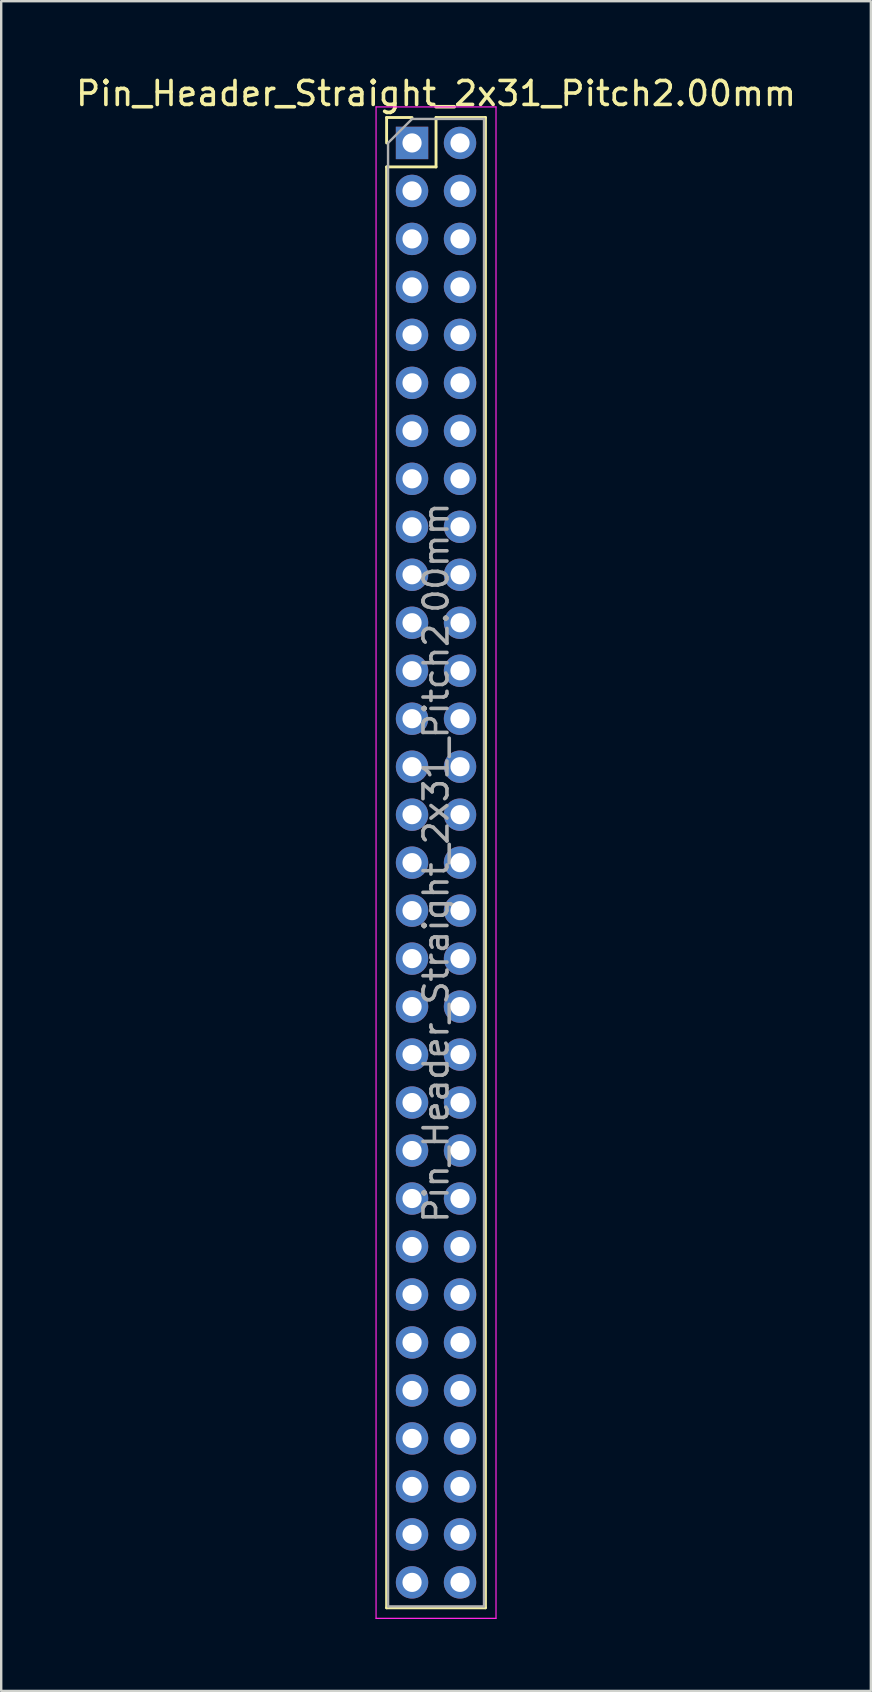
<source format=kicad_pcb>
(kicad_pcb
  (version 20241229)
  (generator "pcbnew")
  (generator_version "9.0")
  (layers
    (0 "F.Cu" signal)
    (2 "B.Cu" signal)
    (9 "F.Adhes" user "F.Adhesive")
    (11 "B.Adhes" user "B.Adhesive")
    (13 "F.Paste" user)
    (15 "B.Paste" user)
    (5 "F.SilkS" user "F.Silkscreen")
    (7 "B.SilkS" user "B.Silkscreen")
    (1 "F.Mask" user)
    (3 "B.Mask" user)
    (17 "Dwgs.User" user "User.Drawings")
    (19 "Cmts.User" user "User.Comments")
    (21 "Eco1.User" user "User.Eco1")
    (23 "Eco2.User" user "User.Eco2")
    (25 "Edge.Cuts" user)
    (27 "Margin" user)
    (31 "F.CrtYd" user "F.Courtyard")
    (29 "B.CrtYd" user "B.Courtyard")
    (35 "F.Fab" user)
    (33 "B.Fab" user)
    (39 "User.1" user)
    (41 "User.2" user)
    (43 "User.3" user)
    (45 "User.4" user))
  (footprint "Pin_Header_Straight_2x31_Pitch2.00mm"
    (layer "F.Cu")
    (at 14.125 2.908)
    (property "Reference" "Pin_Header_Straight_2x31_Pitch2.00mm" (at 1 -2.06 0) (layer "F.SilkS") (effects (font (size 1 1) (thickness 0.15))))
    (attr through_hole)
    (fp_line (start -1.06 -1.06) (end 0 -1.06) (stroke (width 0.12) (type solid)) (layer "F.SilkS"))
    (fp_line (start -1.06 0) (end -1.06 -1.06) (stroke (width 0.12) (type solid)) (layer "F.SilkS"))
    (fp_line (start -1.06 1) (end -1.06 61.06) (stroke (width 0.12) (type solid)) (layer "F.SilkS"))
    (fp_line (start -1.06 1) (end 1 1) (stroke (width 0.12) (type solid)) (layer "F.SilkS"))
    (fp_line (start -1.06 61.06) (end 3.06 61.06) (stroke (width 0.12) (type solid)) (layer "F.SilkS"))
    (fp_line (start 1 -1.06) (end 3.06 -1.06) (stroke (width 0.12) (type solid)) (layer "F.SilkS"))
    (fp_line (start 1 1) (end 1 -1.06) (stroke (width 0.12) (type solid)) (layer "F.SilkS"))
    (fp_line (start 3.06 -1.06) (end 3.06 61.06) (stroke (width 0.12) (type solid)) (layer "F.SilkS"))
    (fp_line (start -1.5 -1.5) (end -1.5 61.5) (stroke (width 0.05) (type solid)) (layer "F.CrtYd"))
    (fp_line (start -1.5 61.5) (end 3.5 61.5) (stroke (width 0.05) (type solid)) (layer "F.CrtYd"))
    (fp_line (start 3.5 -1.5) (end -1.5 -1.5) (stroke (width 0.05) (type solid)) (layer "F.CrtYd"))
    (fp_line (start 3.5 61.5) (end 3.5 -1.5) (stroke (width 0.05) (type solid)) (layer "F.CrtYd"))
    (fp_line (start -1 0) (end 0 -1) (stroke (width 0.1) (type solid)) (layer "F.Fab"))
    (fp_line (start -1 61) (end -1 0) (stroke (width 0.1) (type solid)) (layer "F.Fab"))
    (fp_line (start 0 -1) (end 3 -1) (stroke (width 0.1) (type solid)) (layer "F.Fab"))
    (fp_line (start 3 -1) (end 3 61) (stroke (width 0.1) (type solid)) (layer "F.Fab"))
    (fp_line (start 3 61) (end -1 61) (stroke (width 0.1) (type solid)) (layer "F.Fab"))
    (fp_text user "${REFERENCE}" (at 1 30 90) (layer "F.Fab") (effects (font (size 1 1) (thickness 0.15))))
    (pad "1" thru_hole rect (at 0 0) (size 1.35 1.35) (drill 0.8) (layers "*.Cu" "*.Mask"))
    (pad "2" thru_hole oval (at 2 0) (size 1.35 1.35) (drill 0.8) (layers "*.Cu" "*.Mask"))
    (pad "3" thru_hole oval (at 0 2) (size 1.35 1.35) (drill 0.8) (layers "*.Cu" "*.Mask"))
    (pad "4" thru_hole oval (at 2 2) (size 1.35 1.35) (drill 0.8) (layers "*.Cu" "*.Mask"))
    (pad "5" thru_hole oval (at 0 4) (size 1.35 1.35) (drill 0.8) (layers "*.Cu" "*.Mask"))
    (pad "6" thru_hole oval (at 2 4) (size 1.35 1.35) (drill 0.8) (layers "*.Cu" "*.Mask"))
    (pad "7" thru_hole oval (at 0 6) (size 1.35 1.35) (drill 0.8) (layers "*.Cu" "*.Mask"))
    (pad "8" thru_hole oval (at 2 6) (size 1.35 1.35) (drill 0.8) (layers "*.Cu" "*.Mask"))
    (pad "9" thru_hole oval (at 0 8) (size 1.35 1.35) (drill 0.8) (layers "*.Cu" "*.Mask"))
    (pad "10" thru_hole oval (at 2 8) (size 1.35 1.35) (drill 0.8) (layers "*.Cu" "*.Mask"))
    (pad "11" thru_hole oval (at 0 10) (size 1.35 1.35) (drill 0.8) (layers "*.Cu" "*.Mask"))
    (pad "12" thru_hole oval (at 2 10) (size 1.35 1.35) (drill 0.8) (layers "*.Cu" "*.Mask"))
    (pad "13" thru_hole oval (at 0 12) (size 1.35 1.35) (drill 0.8) (layers "*.Cu" "*.Mask"))
    (pad "14" thru_hole oval (at 2 12) (size 1.35 1.35) (drill 0.8) (layers "*.Cu" "*.Mask"))
    (pad "15" thru_hole oval (at 0 14) (size 1.35 1.35) (drill 0.8) (layers "*.Cu" "*.Mask"))
    (pad "16" thru_hole oval (at 2 14) (size 1.35 1.35) (drill 0.8) (layers "*.Cu" "*.Mask"))
    (pad "17" thru_hole oval (at 0 16) (size 1.35 1.35) (drill 0.8) (layers "*.Cu" "*.Mask"))
    (pad "18" thru_hole oval (at 2 16) (size 1.35 1.35) (drill 0.8) (layers "*.Cu" "*.Mask"))
    (pad "19" thru_hole oval (at 0 18) (size 1.35 1.35) (drill 0.8) (layers "*.Cu" "*.Mask"))
    (pad "20" thru_hole oval (at 2 18) (size 1.35 1.35) (drill 0.8) (layers "*.Cu" "*.Mask"))
    (pad "21" thru_hole oval (at 0 20) (size 1.35 1.35) (drill 0.8) (layers "*.Cu" "*.Mask"))
    (pad "22" thru_hole oval (at 2 20) (size 1.35 1.35) (drill 0.8) (layers "*.Cu" "*.Mask"))
    (pad "23" thru_hole oval (at 0 22) (size 1.35 1.35) (drill 0.8) (layers "*.Cu" "*.Mask"))
    (pad "24" thru_hole oval (at 2 22) (size 1.35 1.35) (drill 0.8) (layers "*.Cu" "*.Mask"))
    (pad "25" thru_hole oval (at 0 24) (size 1.35 1.35) (drill 0.8) (layers "*.Cu" "*.Mask"))
    (pad "26" thru_hole oval (at 2 24) (size 1.35 1.35) (drill 0.8) (layers "*.Cu" "*.Mask"))
    (pad "27" thru_hole oval (at 0 26) (size 1.35 1.35) (drill 0.8) (layers "*.Cu" "*.Mask"))
    (pad "28" thru_hole oval (at 2 26) (size 1.35 1.35) (drill 0.8) (layers "*.Cu" "*.Mask"))
    (pad "29" thru_hole oval (at 0 28) (size 1.35 1.35) (drill 0.8) (layers "*.Cu" "*.Mask"))
    (pad "30" thru_hole oval (at 2 28) (size 1.35 1.35) (drill 0.8) (layers "*.Cu" "*.Mask"))
    (pad "31" thru_hole oval (at 0 30) (size 1.35 1.35) (drill 0.8) (layers "*.Cu" "*.Mask"))
    (pad "32" thru_hole oval (at 2 30) (size 1.35 1.35) (drill 0.8) (layers "*.Cu" "*.Mask"))
    (pad "33" thru_hole oval (at 0 32) (size 1.35 1.35) (drill 0.8) (layers "*.Cu" "*.Mask"))
    (pad "34" thru_hole oval (at 2 32) (size 1.35 1.35) (drill 0.8) (layers "*.Cu" "*.Mask"))
    (pad "35" thru_hole oval (at 0 34) (size 1.35 1.35) (drill 0.8) (layers "*.Cu" "*.Mask"))
    (pad "36" thru_hole oval (at 2 34) (size 1.35 1.35) (drill 0.8) (layers "*.Cu" "*.Mask"))
    (pad "37" thru_hole oval (at 0 36) (size 1.35 1.35) (drill 0.8) (layers "*.Cu" "*.Mask"))
    (pad "38" thru_hole oval (at 2 36) (size 1.35 1.35) (drill 0.8) (layers "*.Cu" "*.Mask"))
    (pad "39" thru_hole oval (at 0 38) (size 1.35 1.35) (drill 0.8) (layers "*.Cu" "*.Mask"))
    (pad "40" thru_hole oval (at 2 38) (size 1.35 1.35) (drill 0.8) (layers "*.Cu" "*.Mask"))
    (pad "41" thru_hole oval (at 0 40) (size 1.35 1.35) (drill 0.8) (layers "*.Cu" "*.Mask"))
    (pad "42" thru_hole oval (at 2 40) (size 1.35 1.35) (drill 0.8) (layers "*.Cu" "*.Mask"))
    (pad "43" thru_hole oval (at 0 42) (size 1.35 1.35) (drill 0.8) (layers "*.Cu" "*.Mask"))
    (pad "44" thru_hole oval (at 2 42) (size 1.35 1.35) (drill 0.8) (layers "*.Cu" "*.Mask"))
    (pad "45" thru_hole oval (at 0 44) (size 1.35 1.35) (drill 0.8) (layers "*.Cu" "*.Mask"))
    (pad "46" thru_hole oval (at 2 44) (size 1.35 1.35) (drill 0.8) (layers "*.Cu" "*.Mask"))
    (pad "47" thru_hole oval (at 0 46) (size 1.35 1.35) (drill 0.8) (layers "*.Cu" "*.Mask"))
    (pad "48" thru_hole oval (at 2 46) (size 1.35 1.35) (drill 0.8) (layers "*.Cu" "*.Mask"))
    (pad "49" thru_hole oval (at 0 48) (size 1.35 1.35) (drill 0.8) (layers "*.Cu" "*.Mask"))
    (pad "50" thru_hole oval (at 2 48) (size 1.35 1.35) (drill 0.8) (layers "*.Cu" "*.Mask"))
    (pad "51" thru_hole oval (at 0 50) (size 1.35 1.35) (drill 0.8) (layers "*.Cu" "*.Mask"))
    (pad "52" thru_hole oval (at 2 50) (size 1.35 1.35) (drill 0.8) (layers "*.Cu" "*.Mask"))
    (pad "53" thru_hole oval (at 0 52) (size 1.35 1.35) (drill 0.8) (layers "*.Cu" "*.Mask"))
    (pad "54" thru_hole oval (at 2 52) (size 1.35 1.35) (drill 0.8) (layers "*.Cu" "*.Mask"))
    (pad "55" thru_hole oval (at 0 54) (size 1.35 1.35) (drill 0.8) (layers "*.Cu" "*.Mask"))
    (pad "56" thru_hole oval (at 2 54) (size 1.35 1.35) (drill 0.8) (layers "*.Cu" "*.Mask"))
    (pad "57" thru_hole oval (at 0 56) (size 1.35 1.35) (drill 0.8) (layers "*.Cu" "*.Mask"))
    (pad "58" thru_hole oval (at 2 56) (size 1.35 1.35) (drill 0.8) (layers "*.Cu" "*.Mask"))
    (pad "59" thru_hole oval (at 0 58) (size 1.35 1.35) (drill 0.8) (layers "*.Cu" "*.Mask"))
    (pad "60" thru_hole oval (at 2 58) (size 1.35 1.35) (drill 0.8) (layers "*.Cu" "*.Mask"))
    (pad "61" thru_hole oval (at 0 60) (size 1.35 1.35) (drill 0.8) (layers "*.Cu" "*.Mask"))
    (pad "62" thru_hole oval (at 2 60) (size 1.35 1.35) (drill 0.8) (layers "*.Cu" "*.Mask")))
  (gr_rect
    (start -3 -3)
    (end 33.25 67.433)
    (stroke (width 0.1) (type default))
    (fill no)
    (layer "Edge.Cuts")))
</source>
